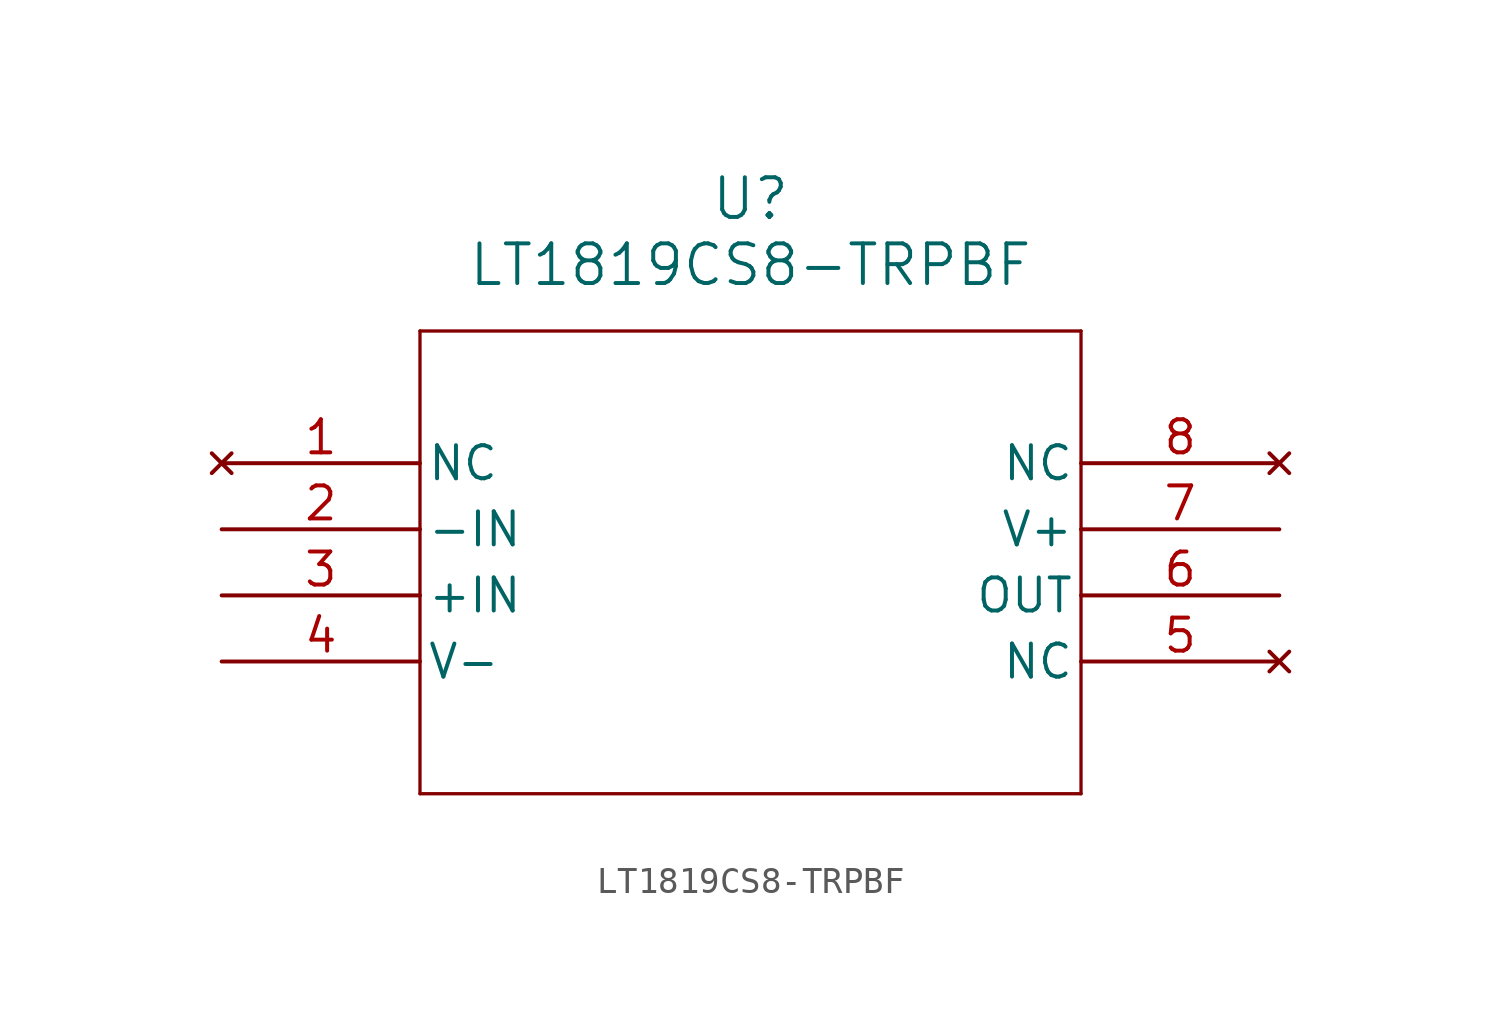
<source format=kicad_sym>
(kicad_symbol_lib
  (version 20211014)
  (generator kicad_symbol_editor)
  (symbol "LT1819CS8-TRPBF"
    (pin_names
      (offset 0.254))
    (property "Reference" "U"
      (at 20.32 10.16 0)
      (effects (font (size 1.524 1.524))))
    (property "Value" "LT1819CS8-TRPBF"
      (at 20.32 7.62 0)
      (effects (font (size 1.524 1.524))))
    (symbol "LT1819CS8-TRPBF_0_1"
      (polyline (pts (xy 7.62 5.08) (xy 7.62 -12.7)) (stroke (width 0.127) (type default) (color 0 0 0 0)) (fill (type none)))
      (polyline (pts (xy 7.62 -12.7) (xy 33.02 -12.7)) (stroke (width 0.127) (type default) (color 0 0 0 0)) (fill (type none)))
      (polyline (pts (xy 33.02 -12.7) (xy 33.02 5.08)) (stroke (width 0.127) (type default) (color 0 0 0 0)) (fill (type none)))
      (polyline (pts (xy 33.02 5.08) (xy 7.62 5.08)) (stroke (width 0.127) (type default) (color 0 0 0 0)) (fill (type none)))
      (pin no_connect line (at 0 0 0) (length 7.62) (name "NC" (effects (font (size 1.27 1.27)))) (number "1" (effects (font (size 1.27 1.27)))))
      (pin input line (at 0 -2.54 0) (length 7.62) (name "-IN" (effects (font (size 1.27 1.27)))) (number "2" (effects (font (size 1.27 1.27)))))
      (pin input line (at 0 -5.08 0) (length 7.62) (name "+IN" (effects (font (size 1.27 1.27)))) (number "3" (effects (font (size 1.27 1.27)))))
      (pin power_in line (at 0 -7.62 0) (length 7.62) (name "V-" (effects (font (size 1.27 1.27)))) (number "4" (effects (font (size 1.27 1.27)))))
      (pin no_connect line (at 40.64 -7.62 180) (length 7.62) (name "NC" (effects (font (size 1.27 1.27)))) (number "5" (effects (font (size 1.27 1.27)))))
      (pin output line (at 40.64 -5.08 180) (length 7.62) (name "OUT" (effects (font (size 1.27 1.27)))) (number "6" (effects (font (size 1.27 1.27)))))
      (pin power_in line (at 40.64 -2.54 180) (length 7.62) (name "V+" (effects (font (size 1.27 1.27)))) (number "7" (effects (font (size 1.27 1.27)))))
      (pin no_connect line (at 40.64 0 180) (length 7.62) (name "NC" (effects (font (size 1.27 1.27)))) (number "8" (effects (font (size 1.27 1.27))))))))
</source>
